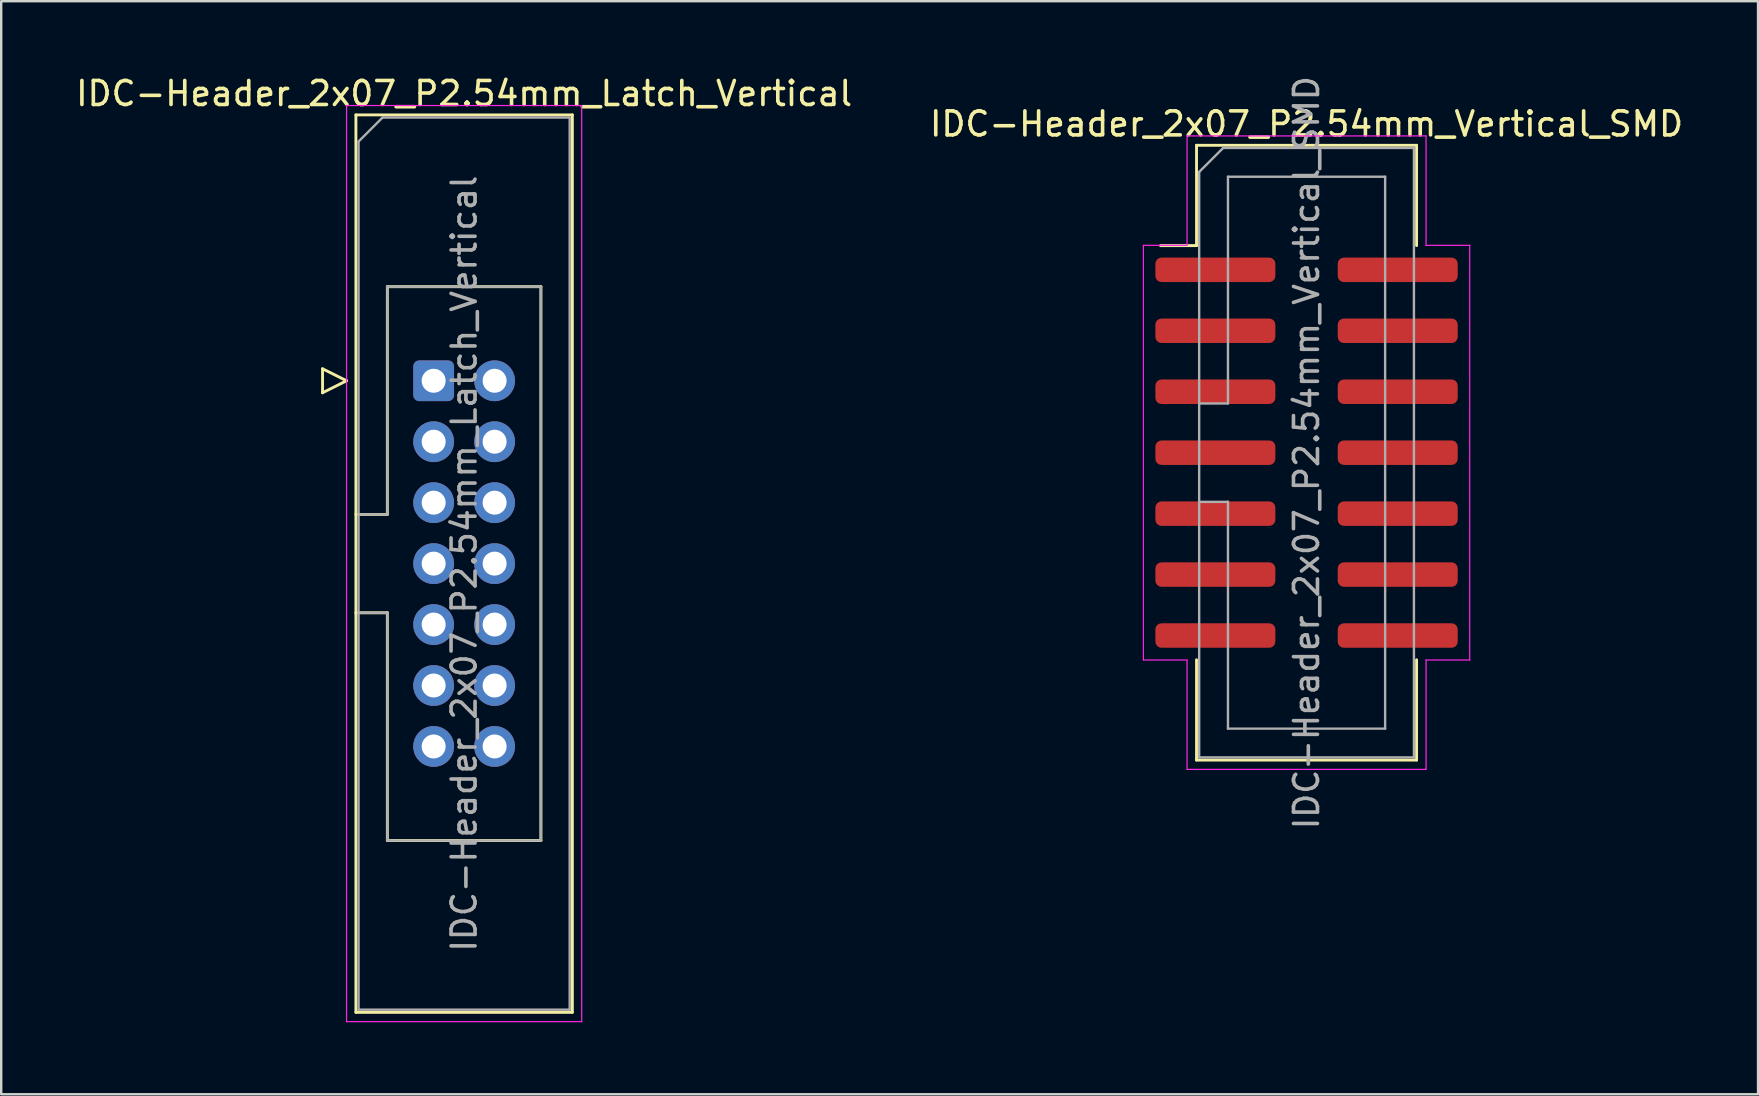
<source format=kicad_pcb>
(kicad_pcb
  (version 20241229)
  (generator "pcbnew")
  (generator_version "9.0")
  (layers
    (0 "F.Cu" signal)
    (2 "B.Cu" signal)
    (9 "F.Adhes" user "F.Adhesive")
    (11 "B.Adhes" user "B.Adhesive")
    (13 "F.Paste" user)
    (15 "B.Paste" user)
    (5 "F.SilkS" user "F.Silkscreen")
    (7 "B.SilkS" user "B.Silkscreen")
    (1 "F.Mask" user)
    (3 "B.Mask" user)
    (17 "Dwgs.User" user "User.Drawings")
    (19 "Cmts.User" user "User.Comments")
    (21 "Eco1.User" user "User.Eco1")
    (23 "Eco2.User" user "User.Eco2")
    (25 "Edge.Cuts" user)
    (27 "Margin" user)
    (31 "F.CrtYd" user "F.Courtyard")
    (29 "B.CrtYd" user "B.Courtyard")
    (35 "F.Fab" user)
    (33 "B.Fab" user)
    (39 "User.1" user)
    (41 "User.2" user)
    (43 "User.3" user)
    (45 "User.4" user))
  (footprint "IDC-Header_2x07_P2.54mm_Vertical_SMD"
    (layer "F.Cu")
    (at 51.399 15.815)
    (property "Reference" "IDC-Header_2x07_P2.54mm_Vertical_SMD" (at 0 -13.7 0) (layer "F.SilkS") (effects (font (size 1 1) (thickness 0.15))))
    (attr smd)
    (fp_line (start -4.585 -12.81) (end 4.585 -12.81) (stroke (width 0.12) (type solid)) (layer "F.SilkS"))
    (fp_line (start -4.585 -8.63) (end -6.085 -8.63) (stroke (width 0.12) (type solid)) (layer "F.SilkS"))
    (fp_line (start -4.585 -8.63) (end -4.585 -12.81) (stroke (width 0.12) (type solid)) (layer "F.SilkS"))
    (fp_line (start -4.585 8.63) (end -4.585 12.81) (stroke (width 0.12) (type solid)) (layer "F.SilkS"))
    (fp_line (start -4.585 12.81) (end 4.585 12.81) (stroke (width 0.12) (type solid)) (layer "F.SilkS"))
    (fp_line (start 4.585 -12.81) (end 4.585 -8.63) (stroke (width 0.12) (type solid)) (layer "F.SilkS"))
    (fp_line (start 4.585 12.81) (end 4.585 8.63) (stroke (width 0.12) (type solid)) (layer "F.SilkS"))
    (fp_line (start -6.8 -8.64) (end -6.8 8.64) (stroke (width 0.05) (type solid)) (layer "F.CrtYd"))
    (fp_line (start -6.8 8.64) (end -4.98 8.64) (stroke (width 0.05) (type solid)) (layer "F.CrtYd"))
    (fp_line (start -4.98 -13.2) (end -4.98 -8.64) (stroke (width 0.05) (type solid)) (layer "F.CrtYd"))
    (fp_line (start -4.98 -8.64) (end -6.8 -8.64) (stroke (width 0.05) (type solid)) (layer "F.CrtYd"))
    (fp_line (start -4.98 8.64) (end -4.98 13.2) (stroke (width 0.05) (type solid)) (layer "F.CrtYd"))
    (fp_line (start -4.98 13.2) (end 4.98 13.2) (stroke (width 0.05) (type solid)) (layer "F.CrtYd"))
    (fp_line (start 4.98 -13.2) (end -4.98 -13.2) (stroke (width 0.05) (type solid)) (layer "F.CrtYd"))
    (fp_line (start 4.98 -8.64) (end 4.98 -13.2) (stroke (width 0.05) (type solid)) (layer "F.CrtYd"))
    (fp_line (start 4.98 8.64) (end 6.8 8.64) (stroke (width 0.05) (type solid)) (layer "F.CrtYd"))
    (fp_line (start 4.98 13.2) (end 4.98 8.64) (stroke (width 0.05) (type solid)) (layer "F.CrtYd"))
    (fp_line (start 6.8 -8.64) (end 4.98 -8.64) (stroke (width 0.05) (type solid)) (layer "F.CrtYd"))
    (fp_line (start 6.8 8.64) (end 6.8 -8.64) (stroke (width 0.05) (type solid)) (layer "F.CrtYd"))
    (fp_line (start -4.475 -11.7) (end -3.475 -12.7) (stroke (width 0.1) (type solid)) (layer "F.Fab"))
    (fp_line (start -4.475 -2.05) (end -3.275 -2.05) (stroke (width 0.1) (type solid)) (layer "F.Fab"))
    (fp_line (start -4.475 12.7) (end -4.475 -11.7) (stroke (width 0.1) (type solid)) (layer "F.Fab"))
    (fp_line (start -3.475 -12.7) (end 4.475 -12.7) (stroke (width 0.1) (type solid)) (layer "F.Fab"))
    (fp_line (start -3.275 -11.5) (end 3.275 -11.5) (stroke (width 0.1) (type solid)) (layer "F.Fab"))
    (fp_line (start -3.275 -2.05) (end -3.275 -11.5) (stroke (width 0.1) (type solid)) (layer "F.Fab"))
    (fp_line (start -3.275 2.05) (end -4.475 2.05) (stroke (width 0.1) (type solid)) (layer "F.Fab"))
    (fp_line (start -3.275 2.05) (end -3.275 2.05) (stroke (width 0.1) (type solid)) (layer "F.Fab"))
    (fp_line (start -3.275 11.5) (end -3.275 2.05) (stroke (width 0.1) (type solid)) (layer "F.Fab"))
    (fp_line (start 3.275 -11.5) (end 3.275 11.5) (stroke (width 0.1) (type solid)) (layer "F.Fab"))
    (fp_line (start 3.275 11.5) (end -3.275 11.5) (stroke (width 0.1) (type solid)) (layer "F.Fab"))
    (fp_line (start 4.475 -12.7) (end 4.475 12.7) (stroke (width 0.1) (type solid)) (layer "F.Fab"))
    (fp_line (start 4.475 12.7) (end -4.475 12.7) (stroke (width 0.1) (type solid)) (layer "F.Fab"))
    (fp_text user "${REFERENCE}" (at 0 0 90) (layer "F.Fab") (effects (font (size 1 1) (thickness 0.15))))
    (pad "1" smd roundrect (at -3.8 -7.62) (size 5 1.02) (layers "F.Cu" "F.Mask" "F.Paste") (roundrect_rratio 0.25))
    (pad "2" smd roundrect (at 3.8 -7.62) (size 5 1.02) (layers "F.Cu" "F.Mask" "F.Paste") (roundrect_rratio 0.25))
    (pad "3" smd roundrect (at -3.8 -5.08) (size 5 1.02) (layers "F.Cu" "F.Mask" "F.Paste") (roundrect_rratio 0.25))
    (pad "4" smd roundrect (at 3.8 -5.08) (size 5 1.02) (layers "F.Cu" "F.Mask" "F.Paste") (roundrect_rratio 0.25))
    (pad "5" smd roundrect (at -3.8 -2.54) (size 5 1.02) (layers "F.Cu" "F.Mask" "F.Paste") (roundrect_rratio 0.25))
    (pad "6" smd roundrect (at 3.8 -2.54) (size 5 1.02) (layers "F.Cu" "F.Mask" "F.Paste") (roundrect_rratio 0.25))
    (pad "7" smd roundrect (at -3.8 0) (size 5 1.02) (layers "F.Cu" "F.Mask" "F.Paste") (roundrect_rratio 0.25))
    (pad "8" smd roundrect (at 3.8 0) (size 5 1.02) (layers "F.Cu" "F.Mask" "F.Paste") (roundrect_rratio 0.25))
    (pad "9" smd roundrect (at -3.8 2.54) (size 5 1.02) (layers "F.Cu" "F.Mask" "F.Paste") (roundrect_rratio 0.25))
    (pad "10" smd roundrect (at 3.8 2.54) (size 5 1.02) (layers "F.Cu" "F.Mask" "F.Paste") (roundrect_rratio 0.25))
    (pad "11" smd roundrect (at -3.8 5.08) (size 5 1.02) (layers "F.Cu" "F.Mask" "F.Paste") (roundrect_rratio 0.25))
    (pad "12" smd roundrect (at 3.8 5.08) (size 5 1.02) (layers "F.Cu" "F.Mask" "F.Paste") (roundrect_rratio 0.25))
    (pad "13" smd roundrect (at -3.8 7.62) (size 5 1.02) (layers "F.Cu" "F.Mask" "F.Paste") (roundrect_rratio 0.25))
    (pad "14" smd roundrect (at 3.8 7.62) (size 5 1.02) (layers "F.Cu" "F.Mask" "F.Paste") (roundrect_rratio 0.25)))
  (footprint "IDC-Header_2x07_P2.54mm_Latch_Vertical"
    (layer "F.Cu")
    (at 15.022 12.818)
    (property "Reference" "IDC-Header_2x07_P2.54mm_Latch_Vertical" (at 1.27 -11.97 0) (layer "F.SilkS") (effects (font (size 1 1) (thickness 0.15))))
    (attr through_hole)
    (fp_line (start -4.63 -0.5) (end -4.63 0.5) (stroke (width 0.12) (type solid)) (layer "F.SilkS"))
    (fp_line (start -4.63 0.5) (end -3.63 0) (stroke (width 0.12) (type solid)) (layer "F.SilkS"))
    (fp_line (start -3.63 0) (end -4.63 -0.5) (stroke (width 0.12) (type solid)) (layer "F.SilkS"))
    (fp_line (start -3.24 -11.08) (end 5.78 -11.08) (stroke (width 0.12) (type solid)) (layer "F.SilkS"))
    (fp_line (start -3.24 5.57) (end -1.93 5.57) (stroke (width 0.12) (type solid)) (layer "F.SilkS"))
    (fp_line (start -3.24 26.32) (end -3.24 -11.08) (stroke (width 0.12) (type solid)) (layer "F.SilkS"))
    (fp_line (start -1.93 -3.92) (end 4.47 -3.92) (stroke (width 0.12) (type solid)) (layer "F.SilkS"))
    (fp_line (start -1.93 5.57) (end -1.93 -3.92) (stroke (width 0.12) (type solid)) (layer "F.SilkS"))
    (fp_line (start -1.93 9.67) (end -3.24 9.67) (stroke (width 0.12) (type solid)) (layer "F.SilkS"))
    (fp_line (start -1.93 9.67) (end -1.93 9.67) (stroke (width 0.12) (type solid)) (layer "F.SilkS"))
    (fp_line (start -1.93 19.16) (end -1.93 9.67) (stroke (width 0.12) (type solid)) (layer "F.SilkS"))
    (fp_line (start 4.47 -3.92) (end 4.47 19.16) (stroke (width 0.12) (type solid)) (layer "F.SilkS"))
    (fp_line (start 4.47 19.16) (end -1.93 19.16) (stroke (width 0.12) (type solid)) (layer "F.SilkS"))
    (fp_line (start 5.78 -11.08) (end 5.78 26.32) (stroke (width 0.12) (type solid)) (layer "F.SilkS"))
    (fp_line (start 5.78 26.32) (end -3.24 26.32) (stroke (width 0.12) (type solid)) (layer "F.SilkS"))
    (fp_line (start -3.63 -11.47) (end -3.63 26.71) (stroke (width 0.05) (type solid)) (layer "F.CrtYd"))
    (fp_line (start -3.63 26.71) (end 6.17 26.71) (stroke (width 0.05) (type solid)) (layer "F.CrtYd"))
    (fp_line (start 6.17 -11.47) (end -3.63 -11.47) (stroke (width 0.05) (type solid)) (layer "F.CrtYd"))
    (fp_line (start 6.17 26.71) (end 6.17 -11.47) (stroke (width 0.05) (type solid)) (layer "F.CrtYd"))
    (fp_line (start -3.13 -9.97) (end -2.13 -10.97) (stroke (width 0.1) (type solid)) (layer "F.Fab"))
    (fp_line (start -3.13 5.57) (end -1.93 5.57) (stroke (width 0.1) (type solid)) (layer "F.Fab"))
    (fp_line (start -3.13 26.21) (end -3.13 -9.97) (stroke (width 0.1) (type solid)) (layer "F.Fab"))
    (fp_line (start -2.13 -10.97) (end 5.67 -10.97) (stroke (width 0.1) (type solid)) (layer "F.Fab"))
    (fp_line (start -1.93 -3.92) (end 4.47 -3.92) (stroke (width 0.1) (type solid)) (layer "F.Fab"))
    (fp_line (start -1.93 5.57) (end -1.93 -3.92) (stroke (width 0.1) (type solid)) (layer "F.Fab"))
    (fp_line (start -1.93 9.67) (end -3.13 9.67) (stroke (width 0.1) (type solid)) (layer "F.Fab"))
    (fp_line (start -1.93 9.67) (end -1.93 9.67) (stroke (width 0.1) (type solid)) (layer "F.Fab"))
    (fp_line (start -1.93 19.16) (end -1.93 9.67) (stroke (width 0.1) (type solid)) (layer "F.Fab"))
    (fp_line (start 4.47 -3.92) (end 4.47 19.16) (stroke (width 0.1) (type solid)) (layer "F.Fab"))
    (fp_line (start 4.47 19.16) (end -1.93 19.16) (stroke (width 0.1) (type solid)) (layer "F.Fab"))
    (fp_line (start 5.67 -10.97) (end 5.67 26.21) (stroke (width 0.1) (type solid)) (layer "F.Fab"))
    (fp_line (start 5.67 26.21) (end -3.13 26.21) (stroke (width 0.1) (type solid)) (layer "F.Fab"))
    (fp_text user "${REFERENCE}" (at 1.27 7.62 90) (layer "F.Fab") (effects (font (size 1 1) (thickness 0.15))))
    (pad "1" thru_hole roundrect (at 0 0) (size 1.7 1.7) (drill 1) (layers "*.Cu" "*.Mask") (roundrect_rratio 0.147))
    (pad "2" thru_hole circle (at 2.54 0) (size 1.7 1.7) (drill 1) (layers "*.Cu" "*.Mask"))
    (pad "3" thru_hole circle (at 0 2.54) (size 1.7 1.7) (drill 1) (layers "*.Cu" "*.Mask"))
    (pad "4" thru_hole circle (at 2.54 2.54) (size 1.7 1.7) (drill 1) (layers "*.Cu" "*.Mask"))
    (pad "5" thru_hole circle (at 0 5.08) (size 1.7 1.7) (drill 1) (layers "*.Cu" "*.Mask"))
    (pad "6" thru_hole circle (at 2.54 5.08) (size 1.7 1.7) (drill 1) (layers "*.Cu" "*.Mask"))
    (pad "7" thru_hole circle (at 0 7.62) (size 1.7 1.7) (drill 1) (layers "*.Cu" "*.Mask"))
    (pad "8" thru_hole circle (at 2.54 7.62) (size 1.7 1.7) (drill 1) (layers "*.Cu" "*.Mask"))
    (pad "9" thru_hole circle (at 0 10.16) (size 1.7 1.7) (drill 1) (layers "*.Cu" "*.Mask"))
    (pad "10" thru_hole circle (at 2.54 10.16) (size 1.7 1.7) (drill 1) (layers "*.Cu" "*.Mask"))
    (pad "11" thru_hole circle (at 0 12.7) (size 1.7 1.7) (drill 1) (layers "*.Cu" "*.Mask"))
    (pad "12" thru_hole circle (at 2.54 12.7) (size 1.7 1.7) (drill 1) (layers "*.Cu" "*.Mask"))
    (pad "13" thru_hole circle (at 0 15.24) (size 1.7 1.7) (drill 1) (layers "*.Cu" "*.Mask"))
    (pad "14" thru_hole circle (at 2.54 15.24) (size 1.7 1.7) (drill 1) (layers "*.Cu" "*.Mask")))
  (gr_rect
    (start -3 -3)
    (end 70.214 42.553)
    (stroke (width 0.1) (type default))
    (fill no)
    (layer "Edge.Cuts")))
</source>
